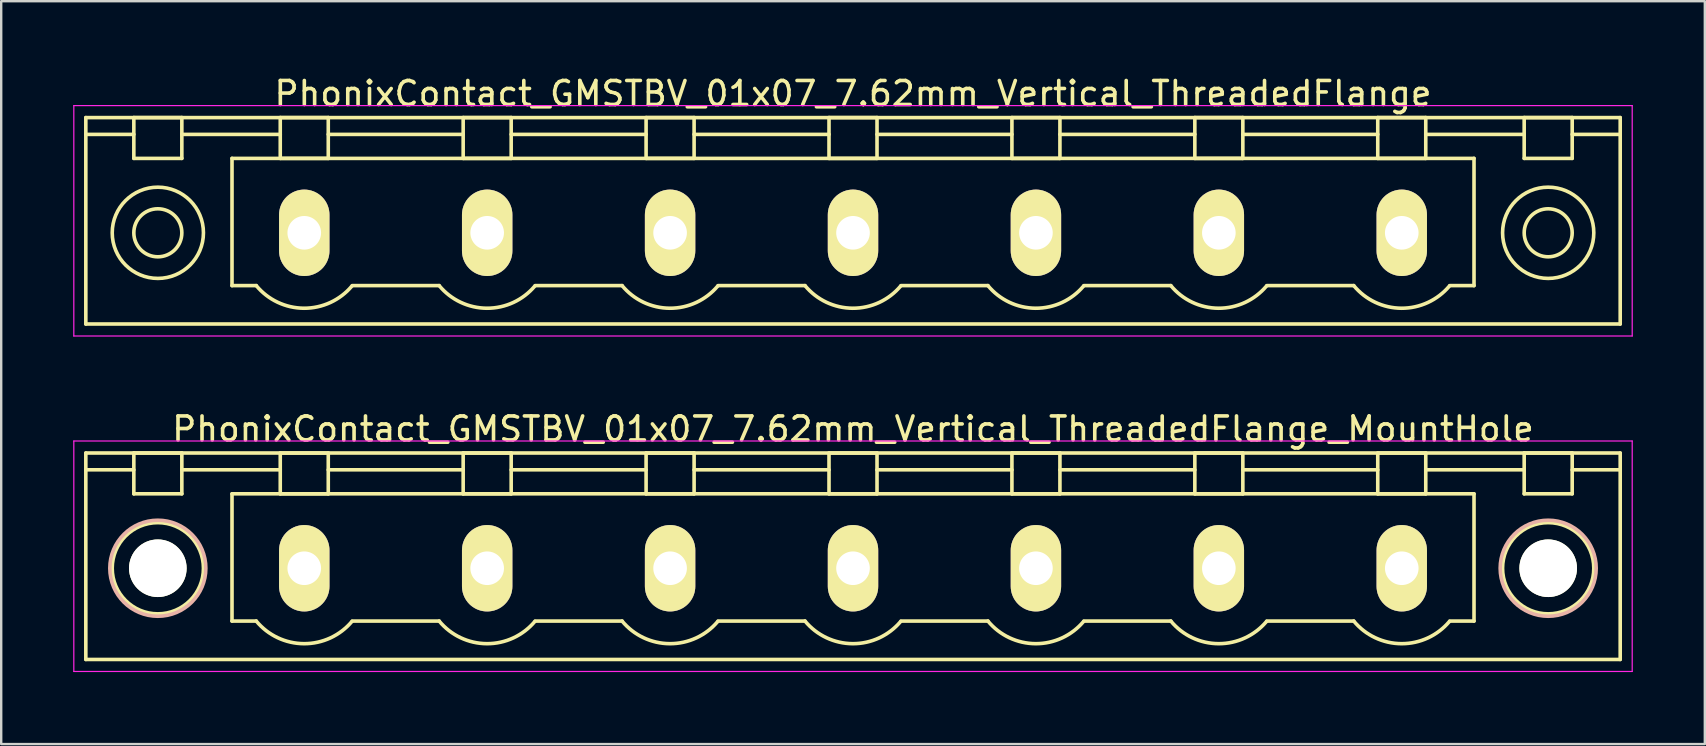
<source format=kicad_pcb>
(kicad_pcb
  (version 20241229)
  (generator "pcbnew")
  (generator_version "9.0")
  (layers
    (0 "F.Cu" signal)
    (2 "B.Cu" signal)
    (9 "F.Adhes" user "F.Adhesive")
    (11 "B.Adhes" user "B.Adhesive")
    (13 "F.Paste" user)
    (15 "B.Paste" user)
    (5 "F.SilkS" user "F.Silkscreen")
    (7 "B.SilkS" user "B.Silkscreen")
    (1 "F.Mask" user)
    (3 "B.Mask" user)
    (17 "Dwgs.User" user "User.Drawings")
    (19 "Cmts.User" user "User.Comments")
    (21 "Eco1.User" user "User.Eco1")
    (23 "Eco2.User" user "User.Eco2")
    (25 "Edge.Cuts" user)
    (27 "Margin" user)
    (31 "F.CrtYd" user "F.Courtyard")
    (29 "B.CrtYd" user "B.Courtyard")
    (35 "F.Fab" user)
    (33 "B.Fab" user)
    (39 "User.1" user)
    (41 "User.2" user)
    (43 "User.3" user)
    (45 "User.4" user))
  (footprint "PhonixContact_GMSTBV_01x07_7.62mm_Vertical_ThreadedFlange"
    (layer "F.Cu")
    (at 9.625 6.648)
    (property "Reference" "PhonixContact_GMSTBV_01x07_7.62mm_Vertical_ThreadedFlange" (at 22.86 -5.8 0) (layer "F.SilkS") (effects (font (size 1 1) (thickness 0.15))))
    (attr through_hole)
    (fp_line (start -9.1 -4.8) (end -9.1 3.8) (stroke (width 0.15) (type solid)) (layer "F.SilkS"))
    (fp_line (start -9.1 -4.1) (end -7.1 -4.1) (stroke (width 0.15) (type solid)) (layer "F.SilkS"))
    (fp_line (start -9.1 3.8) (end 54.82 3.8) (stroke (width 0.15) (type solid)) (layer "F.SilkS"))
    (fp_line (start -7.1 -4.8) (end -5.1 -4.8) (stroke (width 0.15) (type solid)) (layer "F.SilkS"))
    (fp_line (start -7.1 -3.1) (end -7.1 -4.8) (stroke (width 0.15) (type solid)) (layer "F.SilkS"))
    (fp_line (start -5.1 -4.8) (end -5.1 -3.1) (stroke (width 0.15) (type solid)) (layer "F.SilkS"))
    (fp_line (start -5.1 -4.1) (end -1 -4.1) (stroke (width 0.15) (type solid)) (layer "F.SilkS"))
    (fp_line (start -5.1 -3.1) (end -7.1 -3.1) (stroke (width 0.15) (type solid)) (layer "F.SilkS"))
    (fp_line (start -3.01 -3.1) (end 48.73 -3.1) (stroke (width 0.15) (type solid)) (layer "F.SilkS"))
    (fp_line (start -3.01 2.2) (end -3.01 -3.1) (stroke (width 0.15) (type solid)) (layer "F.SilkS"))
    (fp_line (start -2 2.2) (end -3.01 2.2) (stroke (width 0.15) (type solid)) (layer "F.SilkS"))
    (fp_line (start -1 -4.8) (end 1 -4.8) (stroke (width 0.15) (type solid)) (layer "F.SilkS"))
    (fp_line (start -1 -3.1) (end -1 -4.8) (stroke (width 0.15) (type solid)) (layer "F.SilkS"))
    (fp_line (start 1 -4.8) (end 1 -3.1) (stroke (width 0.15) (type solid)) (layer "F.SilkS"))
    (fp_line (start 1 -4.1) (end 6.62 -4.1) (stroke (width 0.15) (type solid)) (layer "F.SilkS"))
    (fp_line (start 1 -3.1) (end -1 -3.1) (stroke (width 0.15) (type solid)) (layer "F.SilkS"))
    (fp_line (start 2 2.2) (end 5.62 2.2) (stroke (width 0.15) (type solid)) (layer "F.SilkS"))
    (fp_line (start 6.62 -4.8) (end 8.62 -4.8) (stroke (width 0.15) (type solid)) (layer "F.SilkS"))
    (fp_line (start 6.62 -3.1) (end 6.62 -4.8) (stroke (width 0.15) (type solid)) (layer "F.SilkS"))
    (fp_line (start 8.62 -4.8) (end 8.62 -3.1) (stroke (width 0.15) (type solid)) (layer "F.SilkS"))
    (fp_line (start 8.62 -4.1) (end 14.24 -4.1) (stroke (width 0.15) (type solid)) (layer "F.SilkS"))
    (fp_line (start 8.62 -3.1) (end 6.62 -3.1) (stroke (width 0.15) (type solid)) (layer "F.SilkS"))
    (fp_line (start 9.62 2.2) (end 13.24 2.2) (stroke (width 0.15) (type solid)) (layer "F.SilkS"))
    (fp_line (start 14.24 -4.8) (end 16.24 -4.8) (stroke (width 0.15) (type solid)) (layer "F.SilkS"))
    (fp_line (start 14.24 -3.1) (end 14.24 -4.8) (stroke (width 0.15) (type solid)) (layer "F.SilkS"))
    (fp_line (start 16.24 -4.8) (end 16.24 -3.1) (stroke (width 0.15) (type solid)) (layer "F.SilkS"))
    (fp_line (start 16.24 -4.1) (end 21.86 -4.1) (stroke (width 0.15) (type solid)) (layer "F.SilkS"))
    (fp_line (start 16.24 -3.1) (end 14.24 -3.1) (stroke (width 0.15) (type solid)) (layer "F.SilkS"))
    (fp_line (start 17.24 2.2) (end 20.86 2.2) (stroke (width 0.15) (type solid)) (layer "F.SilkS"))
    (fp_line (start 21.86 -4.8) (end 23.86 -4.8) (stroke (width 0.15) (type solid)) (layer "F.SilkS"))
    (fp_line (start 21.86 -3.1) (end 21.86 -4.8) (stroke (width 0.15) (type solid)) (layer "F.SilkS"))
    (fp_line (start 23.86 -4.8) (end 23.86 -3.1) (stroke (width 0.15) (type solid)) (layer "F.SilkS"))
    (fp_line (start 23.86 -4.1) (end 29.48 -4.1) (stroke (width 0.15) (type solid)) (layer "F.SilkS"))
    (fp_line (start 23.86 -3.1) (end 21.86 -3.1) (stroke (width 0.15) (type solid)) (layer "F.SilkS"))
    (fp_line (start 24.86 2.2) (end 28.48 2.2) (stroke (width 0.15) (type solid)) (layer "F.SilkS"))
    (fp_line (start 29.48 -4.8) (end 31.48 -4.8) (stroke (width 0.15) (type solid)) (layer "F.SilkS"))
    (fp_line (start 29.48 -3.1) (end 29.48 -4.8) (stroke (width 0.15) (type solid)) (layer "F.SilkS"))
    (fp_line (start 31.48 -4.8) (end 31.48 -3.1) (stroke (width 0.15) (type solid)) (layer "F.SilkS"))
    (fp_line (start 31.48 -4.1) (end 37.1 -4.1) (stroke (width 0.15) (type solid)) (layer "F.SilkS"))
    (fp_line (start 31.48 -3.1) (end 29.48 -3.1) (stroke (width 0.15) (type solid)) (layer "F.SilkS"))
    (fp_line (start 32.48 2.2) (end 36.1 2.2) (stroke (width 0.15) (type solid)) (layer "F.SilkS"))
    (fp_line (start 37.1 -4.8) (end 39.1 -4.8) (stroke (width 0.15) (type solid)) (layer "F.SilkS"))
    (fp_line (start 37.1 -3.1) (end 37.1 -4.8) (stroke (width 0.15) (type solid)) (layer "F.SilkS"))
    (fp_line (start 39.1 -4.8) (end 39.1 -3.1) (stroke (width 0.15) (type solid)) (layer "F.SilkS"))
    (fp_line (start 39.1 -4.1) (end 44.72 -4.1) (stroke (width 0.15) (type solid)) (layer "F.SilkS"))
    (fp_line (start 39.1 -3.1) (end 37.1 -3.1) (stroke (width 0.15) (type solid)) (layer "F.SilkS"))
    (fp_line (start 40.1 2.2) (end 43.72 2.2) (stroke (width 0.15) (type solid)) (layer "F.SilkS"))
    (fp_line (start 44.72 -4.8) (end 46.72 -4.8) (stroke (width 0.15) (type solid)) (layer "F.SilkS"))
    (fp_line (start 44.72 -3.1) (end 44.72 -4.8) (stroke (width 0.15) (type solid)) (layer "F.SilkS"))
    (fp_line (start 46.72 -4.8) (end 46.72 -3.1) (stroke (width 0.15) (type solid)) (layer "F.SilkS"))
    (fp_line (start 46.72 -4.1) (end 50.82 -4.1) (stroke (width 0.15) (type solid)) (layer "F.SilkS"))
    (fp_line (start 46.72 -3.1) (end 44.72 -3.1) (stroke (width 0.15) (type solid)) (layer "F.SilkS"))
    (fp_line (start 48.73 -3.1) (end 48.73 2.2) (stroke (width 0.15) (type solid)) (layer "F.SilkS"))
    (fp_line (start 48.73 2.2) (end 47.72 2.2) (stroke (width 0.15) (type solid)) (layer "F.SilkS"))
    (fp_line (start 50.82 -4.8) (end 52.82 -4.8) (stroke (width 0.15) (type solid)) (layer "F.SilkS"))
    (fp_line (start 50.82 -3.1) (end 50.82 -4.8) (stroke (width 0.15) (type solid)) (layer "F.SilkS"))
    (fp_line (start 52.82 -4.8) (end 52.82 -3.1) (stroke (width 0.15) (type solid)) (layer "F.SilkS"))
    (fp_line (start 52.82 -3.1) (end 50.82 -3.1) (stroke (width 0.15) (type solid)) (layer "F.SilkS"))
    (fp_line (start 54.82 -4.8) (end -9.1 -4.8) (stroke (width 0.15) (type solid)) (layer "F.SilkS"))
    (fp_line (start 54.82 -4.1) (end 52.82 -4.1) (stroke (width 0.15) (type solid)) (layer "F.SilkS"))
    (fp_line (start 54.82 3.8) (end 54.82 -4.8) (stroke (width 0.15) (type solid)) (layer "F.SilkS"))
    (fp_arc (start 1.986842 2.215821) (mid -0.010289 3.142758) (end -2 2.2) (stroke (width 0.15) (type solid)) (layer "F.SilkS"))
    (fp_arc (start 9.606842 2.215821) (mid 7.609711 3.142758) (end 5.62 2.2) (stroke (width 0.15) (type solid)) (layer "F.SilkS"))
    (fp_arc (start 17.226842 2.215821) (mid 15.229711 3.142758) (end 13.24 2.2) (stroke (width 0.15) (type solid)) (layer "F.SilkS"))
    (fp_arc (start 24.846842 2.215821) (mid 22.849711 3.142758) (end 20.86 2.2) (stroke (width 0.15) (type solid)) (layer "F.SilkS"))
    (fp_arc (start 32.466842 2.215821) (mid 30.469711 3.142758) (end 28.48 2.2) (stroke (width 0.15) (type solid)) (layer "F.SilkS"))
    (fp_arc (start 40.086842 2.215821) (mid 38.089711 3.142758) (end 36.1 2.2) (stroke (width 0.15) (type solid)) (layer "F.SilkS"))
    (fp_arc (start 47.706842 2.215821) (mid 45.709711 3.142758) (end 43.72 2.2) (stroke (width 0.15) (type solid)) (layer "F.SilkS"))
    (fp_circle (center -6.1 0) (end -5.1 0) (stroke (width 0.15) (type solid)) (fill no) (layer "F.SilkS"))
    (fp_circle (center -6.1 0) (end -4.2 0) (stroke (width 0.15) (type solid)) (fill no) (layer "F.SilkS"))
    (fp_circle (center 51.82 0) (end 52.82 0) (stroke (width 0.15) (type solid)) (fill no) (layer "F.SilkS"))
    (fp_circle (center 51.82 0) (end 53.72 0) (stroke (width 0.15) (type solid)) (fill no) (layer "F.SilkS"))
    (fp_line (start -9.6 -5.3) (end -9.6 4.3) (stroke (width 0.05) (type solid)) (layer "F.CrtYd"))
    (fp_line (start -9.6 4.3) (end 55.32 4.3) (stroke (width 0.05) (type solid)) (layer "F.CrtYd"))
    (fp_line (start 55.32 -5.3) (end -9.6 -5.3) (stroke (width 0.05) (type solid)) (layer "F.CrtYd"))
    (fp_line (start 55.32 4.3) (end 55.32 -5.3) (stroke (width 0.05) (type solid)) (layer "F.CrtYd"))
    (pad "1" thru_hole oval (at 0 0) (size 2.1 3.6) (drill 1.4) (layers "*.Cu" "*.Mask" "F.SilkS"))
    (pad "2" thru_hole oval (at 7.62 0) (size 2.1 3.6) (drill 1.4) (layers "*.Cu" "*.Mask" "F.SilkS"))
    (pad "3" thru_hole oval (at 15.24 0) (size 2.1 3.6) (drill 1.4) (layers "*.Cu" "*.Mask" "F.SilkS"))
    (pad "4" thru_hole oval (at 22.86 0) (size 2.1 3.6) (drill 1.4) (layers "*.Cu" "*.Mask" "F.SilkS"))
    (pad "5" thru_hole oval (at 30.48 0) (size 2.1 3.6) (drill 1.4) (layers "*.Cu" "*.Mask" "F.SilkS"))
    (pad "6" thru_hole oval (at 38.1 0) (size 2.1 3.6) (drill 1.4) (layers "*.Cu" "*.Mask" "F.SilkS"))
    (pad "7" thru_hole oval (at 45.72 0) (size 2.1 3.6) (drill 1.4) (layers "*.Cu" "*.Mask" "F.SilkS")))
  (footprint "PhonixContact_GMSTBV_01x07_7.62mm_Vertical_ThreadedFlange_MountHole"
    (layer "F.Cu")
    (at 9.625 20.622)
    (property "Reference" "PhonixContact_GMSTBV_01x07_7.62mm_Vertical_ThreadedFlange_MountHole" (at 22.86 -5.8 0) (layer "F.SilkS") (effects (font (size 1 1) (thickness 0.15))))
    (attr through_hole)
    (fp_line (start -9.1 -4.8) (end -9.1 3.8) (stroke (width 0.15) (type solid)) (layer "F.SilkS"))
    (fp_line (start -9.1 -4.1) (end -7.1 -4.1) (stroke (width 0.15) (type solid)) (layer "F.SilkS"))
    (fp_line (start -9.1 3.8) (end 54.82 3.8) (stroke (width 0.15) (type solid)) (layer "F.SilkS"))
    (fp_line (start -7.1 -4.8) (end -5.1 -4.8) (stroke (width 0.15) (type solid)) (layer "F.SilkS"))
    (fp_line (start -7.1 -3.1) (end -7.1 -4.8) (stroke (width 0.15) (type solid)) (layer "F.SilkS"))
    (fp_line (start -5.1 -4.8) (end -5.1 -3.1) (stroke (width 0.15) (type solid)) (layer "F.SilkS"))
    (fp_line (start -5.1 -4.1) (end -1 -4.1) (stroke (width 0.15) (type solid)) (layer "F.SilkS"))
    (fp_line (start -5.1 -3.1) (end -7.1 -3.1) (stroke (width 0.15) (type solid)) (layer "F.SilkS"))
    (fp_line (start -3.01 -3.1) (end 48.73 -3.1) (stroke (width 0.15) (type solid)) (layer "F.SilkS"))
    (fp_line (start -3.01 2.2) (end -3.01 -3.1) (stroke (width 0.15) (type solid)) (layer "F.SilkS"))
    (fp_line (start -2 2.2) (end -3.01 2.2) (stroke (width 0.15) (type solid)) (layer "F.SilkS"))
    (fp_line (start -1 -4.8) (end 1 -4.8) (stroke (width 0.15) (type solid)) (layer "F.SilkS"))
    (fp_line (start -1 -3.1) (end -1 -4.8) (stroke (width 0.15) (type solid)) (layer "F.SilkS"))
    (fp_line (start 1 -4.8) (end 1 -3.1) (stroke (width 0.15) (type solid)) (layer "F.SilkS"))
    (fp_line (start 1 -4.1) (end 6.62 -4.1) (stroke (width 0.15) (type solid)) (layer "F.SilkS"))
    (fp_line (start 1 -3.1) (end -1 -3.1) (stroke (width 0.15) (type solid)) (layer "F.SilkS"))
    (fp_line (start 2 2.2) (end 5.62 2.2) (stroke (width 0.15) (type solid)) (layer "F.SilkS"))
    (fp_line (start 6.62 -4.8) (end 8.62 -4.8) (stroke (width 0.15) (type solid)) (layer "F.SilkS"))
    (fp_line (start 6.62 -3.1) (end 6.62 -4.8) (stroke (width 0.15) (type solid)) (layer "F.SilkS"))
    (fp_line (start 8.62 -4.8) (end 8.62 -3.1) (stroke (width 0.15) (type solid)) (layer "F.SilkS"))
    (fp_line (start 8.62 -4.1) (end 14.24 -4.1) (stroke (width 0.15) (type solid)) (layer "F.SilkS"))
    (fp_line (start 8.62 -3.1) (end 6.62 -3.1) (stroke (width 0.15) (type solid)) (layer "F.SilkS"))
    (fp_line (start 9.62 2.2) (end 13.24 2.2) (stroke (width 0.15) (type solid)) (layer "F.SilkS"))
    (fp_line (start 14.24 -4.8) (end 16.24 -4.8) (stroke (width 0.15) (type solid)) (layer "F.SilkS"))
    (fp_line (start 14.24 -3.1) (end 14.24 -4.8) (stroke (width 0.15) (type solid)) (layer "F.SilkS"))
    (fp_line (start 16.24 -4.8) (end 16.24 -3.1) (stroke (width 0.15) (type solid)) (layer "F.SilkS"))
    (fp_line (start 16.24 -4.1) (end 21.86 -4.1) (stroke (width 0.15) (type solid)) (layer "F.SilkS"))
    (fp_line (start 16.24 -3.1) (end 14.24 -3.1) (stroke (width 0.15) (type solid)) (layer "F.SilkS"))
    (fp_line (start 17.24 2.2) (end 20.86 2.2) (stroke (width 0.15) (type solid)) (layer "F.SilkS"))
    (fp_line (start 21.86 -4.8) (end 23.86 -4.8) (stroke (width 0.15) (type solid)) (layer "F.SilkS"))
    (fp_line (start 21.86 -3.1) (end 21.86 -4.8) (stroke (width 0.15) (type solid)) (layer "F.SilkS"))
    (fp_line (start 23.86 -4.8) (end 23.86 -3.1) (stroke (width 0.15) (type solid)) (layer "F.SilkS"))
    (fp_line (start 23.86 -4.1) (end 29.48 -4.1) (stroke (width 0.15) (type solid)) (layer "F.SilkS"))
    (fp_line (start 23.86 -3.1) (end 21.86 -3.1) (stroke (width 0.15) (type solid)) (layer "F.SilkS"))
    (fp_line (start 24.86 2.2) (end 28.48 2.2) (stroke (width 0.15) (type solid)) (layer "F.SilkS"))
    (fp_line (start 29.48 -4.8) (end 31.48 -4.8) (stroke (width 0.15) (type solid)) (layer "F.SilkS"))
    (fp_line (start 29.48 -3.1) (end 29.48 -4.8) (stroke (width 0.15) (type solid)) (layer "F.SilkS"))
    (fp_line (start 31.48 -4.8) (end 31.48 -3.1) (stroke (width 0.15) (type solid)) (layer "F.SilkS"))
    (fp_line (start 31.48 -4.1) (end 37.1 -4.1) (stroke (width 0.15) (type solid)) (layer "F.SilkS"))
    (fp_line (start 31.48 -3.1) (end 29.48 -3.1) (stroke (width 0.15) (type solid)) (layer "F.SilkS"))
    (fp_line (start 32.48 2.2) (end 36.1 2.2) (stroke (width 0.15) (type solid)) (layer "F.SilkS"))
    (fp_line (start 37.1 -4.8) (end 39.1 -4.8) (stroke (width 0.15) (type solid)) (layer "F.SilkS"))
    (fp_line (start 37.1 -3.1) (end 37.1 -4.8) (stroke (width 0.15) (type solid)) (layer "F.SilkS"))
    (fp_line (start 39.1 -4.8) (end 39.1 -3.1) (stroke (width 0.15) (type solid)) (layer "F.SilkS"))
    (fp_line (start 39.1 -4.1) (end 44.72 -4.1) (stroke (width 0.15) (type solid)) (layer "F.SilkS"))
    (fp_line (start 39.1 -3.1) (end 37.1 -3.1) (stroke (width 0.15) (type solid)) (layer "F.SilkS"))
    (fp_line (start 40.1 2.2) (end 43.72 2.2) (stroke (width 0.15) (type solid)) (layer "F.SilkS"))
    (fp_line (start 44.72 -4.8) (end 46.72 -4.8) (stroke (width 0.15) (type solid)) (layer "F.SilkS"))
    (fp_line (start 44.72 -3.1) (end 44.72 -4.8) (stroke (width 0.15) (type solid)) (layer "F.SilkS"))
    (fp_line (start 46.72 -4.8) (end 46.72 -3.1) (stroke (width 0.15) (type solid)) (layer "F.SilkS"))
    (fp_line (start 46.72 -4.1) (end 50.82 -4.1) (stroke (width 0.15) (type solid)) (layer "F.SilkS"))
    (fp_line (start 46.72 -3.1) (end 44.72 -3.1) (stroke (width 0.15) (type solid)) (layer "F.SilkS"))
    (fp_line (start 48.73 -3.1) (end 48.73 2.2) (stroke (width 0.15) (type solid)) (layer "F.SilkS"))
    (fp_line (start 48.73 2.2) (end 47.72 2.2) (stroke (width 0.15) (type solid)) (layer "F.SilkS"))
    (fp_line (start 50.82 -4.8) (end 52.82 -4.8) (stroke (width 0.15) (type solid)) (layer "F.SilkS"))
    (fp_line (start 50.82 -3.1) (end 50.82 -4.8) (stroke (width 0.15) (type solid)) (layer "F.SilkS"))
    (fp_line (start 52.82 -4.8) (end 52.82 -3.1) (stroke (width 0.15) (type solid)) (layer "F.SilkS"))
    (fp_line (start 52.82 -3.1) (end 50.82 -3.1) (stroke (width 0.15) (type solid)) (layer "F.SilkS"))
    (fp_line (start 54.82 -4.8) (end -9.1 -4.8) (stroke (width 0.15) (type solid)) (layer "F.SilkS"))
    (fp_line (start 54.82 -4.1) (end 52.82 -4.1) (stroke (width 0.15) (type solid)) (layer "F.SilkS"))
    (fp_line (start 54.82 3.8) (end 54.82 -4.8) (stroke (width 0.15) (type solid)) (layer "F.SilkS"))
    (fp_arc (start 1.986842 2.215821) (mid -0.010289 3.142758) (end -2 2.2) (stroke (width 0.15) (type solid)) (layer "F.SilkS"))
    (fp_arc (start 9.606842 2.215821) (mid 7.609711 3.142758) (end 5.62 2.2) (stroke (width 0.15) (type solid)) (layer "F.SilkS"))
    (fp_arc (start 17.226842 2.215821) (mid 15.229711 3.142758) (end 13.24 2.2) (stroke (width 0.15) (type solid)) (layer "F.SilkS"))
    (fp_arc (start 24.846842 2.215821) (mid 22.849711 3.142758) (end 20.86 2.2) (stroke (width 0.15) (type solid)) (layer "F.SilkS"))
    (fp_arc (start 32.466842 2.215821) (mid 30.469711 3.142758) (end 28.48 2.2) (stroke (width 0.15) (type solid)) (layer "F.SilkS"))
    (fp_arc (start 40.086842 2.215821) (mid 38.089711 3.142758) (end 36.1 2.2) (stroke (width 0.15) (type solid)) (layer "F.SilkS"))
    (fp_arc (start 47.706842 2.215821) (mid 45.709711 3.142758) (end 43.72 2.2) (stroke (width 0.15) (type solid)) (layer "F.SilkS"))
    (fp_circle (center -6.1 0) (end -5.1 0) (stroke (width 0.15) (type solid)) (fill no) (layer "F.SilkS"))
    (fp_circle (center -6.1 0) (end -4.2 0) (stroke (width 0.15) (type solid)) (fill no) (layer "F.SilkS"))
    (fp_circle (center 51.82 0) (end 52.82 0) (stroke (width 0.15) (type solid)) (fill no) (layer "F.SilkS"))
    (fp_circle (center 51.82 0) (end 53.72 0) (stroke (width 0.15) (type solid)) (fill no) (layer "F.SilkS"))
    (fp_circle (center -6.1 0) (end -4.1 0) (stroke (width 0.15) (type solid)) (fill no) (layer "B.SilkS"))
    (fp_circle (center 51.82 0) (end 53.82 0) (stroke (width 0.15) (type solid)) (fill no) (layer "B.SilkS"))
    (fp_line (start -9.6 -5.3) (end -9.6 4.3) (stroke (width 0.05) (type solid)) (layer "F.CrtYd"))
    (fp_line (start -9.6 4.3) (end 55.32 4.3) (stroke (width 0.05) (type solid)) (layer "F.CrtYd"))
    (fp_line (start 55.32 -5.3) (end -9.6 -5.3) (stroke (width 0.05) (type solid)) (layer "F.CrtYd"))
    (fp_line (start 55.32 4.3) (end 55.32 -5.3) (stroke (width 0.05) (type solid)) (layer "F.CrtYd"))
    (pad "" np_thru_hole circle (at -6.1 0) (size 2.4 2.4) (drill 2.4) (layers "*.Cu" "*.Mask" "F.SilkS"))
    (pad "" np_thru_hole circle (at 51.82 0) (size 2.4 2.4) (drill 2.4) (layers "*.Cu" "*.Mask" "F.SilkS"))
    (pad "1" thru_hole oval (at 0 0) (size 2.1 3.6) (drill 1.4) (layers "*.Cu" "*.Mask" "F.SilkS"))
    (pad "2" thru_hole oval (at 7.62 0) (size 2.1 3.6) (drill 1.4) (layers "*.Cu" "*.Mask" "F.SilkS"))
    (pad "3" thru_hole oval (at 15.24 0) (size 2.1 3.6) (drill 1.4) (layers "*.Cu" "*.Mask" "F.SilkS"))
    (pad "4" thru_hole oval (at 22.86 0) (size 2.1 3.6) (drill 1.4) (layers "*.Cu" "*.Mask" "F.SilkS"))
    (pad "5" thru_hole oval (at 30.48 0) (size 2.1 3.6) (drill 1.4) (layers "*.Cu" "*.Mask" "F.SilkS"))
    (pad "6" thru_hole oval (at 38.1 0) (size 2.1 3.6) (drill 1.4) (layers "*.Cu" "*.Mask" "F.SilkS"))
    (pad "7" thru_hole oval (at 45.72 0) (size 2.1 3.6) (drill 1.4) (layers "*.Cu" "*.Mask" "F.SilkS")))
  (gr_rect
    (start -3 -3)
    (end 67.97 27.947)
    (stroke (width 0.1) (type default))
    (fill no)
    (layer "Edge.Cuts")))
</source>
